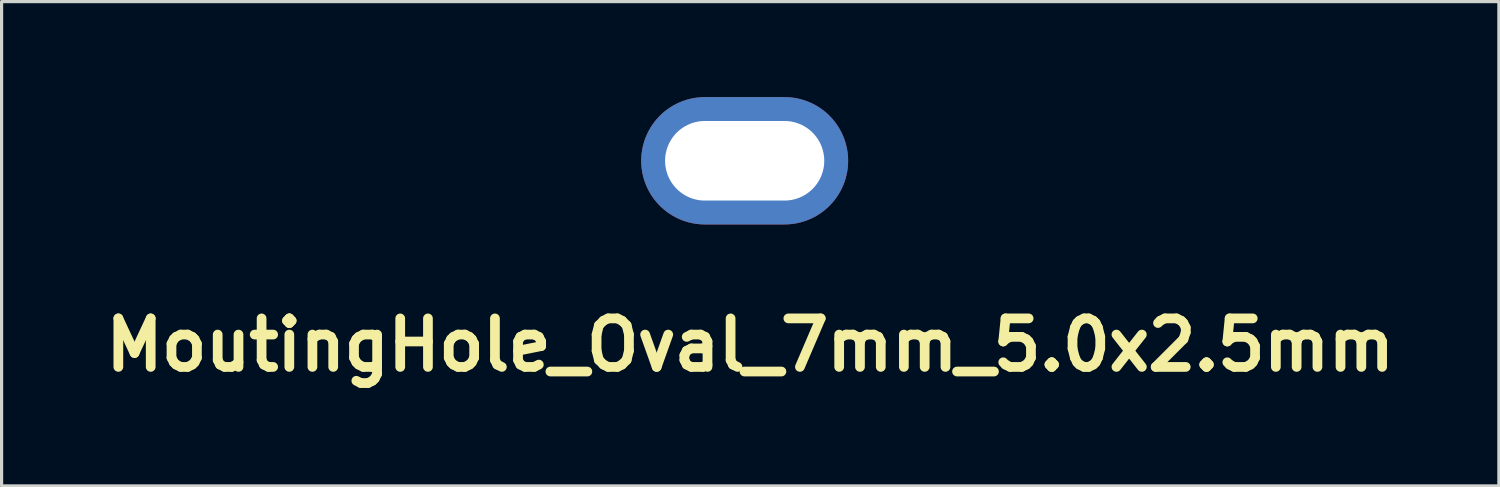
<source format=kicad_pcb>
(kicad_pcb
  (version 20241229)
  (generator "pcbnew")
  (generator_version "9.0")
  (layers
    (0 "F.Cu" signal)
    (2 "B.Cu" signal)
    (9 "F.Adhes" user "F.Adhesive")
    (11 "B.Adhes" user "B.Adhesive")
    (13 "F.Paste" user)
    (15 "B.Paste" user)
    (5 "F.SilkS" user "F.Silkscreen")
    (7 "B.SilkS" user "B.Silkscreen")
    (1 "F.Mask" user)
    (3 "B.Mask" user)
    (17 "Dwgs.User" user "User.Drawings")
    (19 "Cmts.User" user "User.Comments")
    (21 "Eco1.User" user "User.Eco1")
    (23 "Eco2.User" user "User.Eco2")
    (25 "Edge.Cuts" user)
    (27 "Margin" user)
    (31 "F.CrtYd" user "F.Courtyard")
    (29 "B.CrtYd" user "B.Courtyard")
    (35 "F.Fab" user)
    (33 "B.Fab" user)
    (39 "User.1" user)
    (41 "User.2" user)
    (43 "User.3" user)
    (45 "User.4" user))
  (footprint "MoutingHole_Oval_7mm_5.0x2.5mm"
    (layer "F.Cu")
    (at 20.341 2)
    (property "Reference" "MoutingHole_Oval_7mm_5.0x2.5mm" (at 0.175 5.786 0) (layer "F.SilkS") (effects (font (size 1.524 1.524) (thickness 0.305))))
    (attr exclude_from_pos_files exclude_from_bom)
    (pad "1" thru_hole oval (at 0 0) (size 6.5 4) (drill oval 5 2.5) (layers "*.Cu" "*.Mask")))
  (gr_rect
    (start -3 -3)
    (end 44.032 12.213)
    (stroke (width 0.1) (type default))
    (fill no)
    (layer "Edge.Cuts")))
</source>
